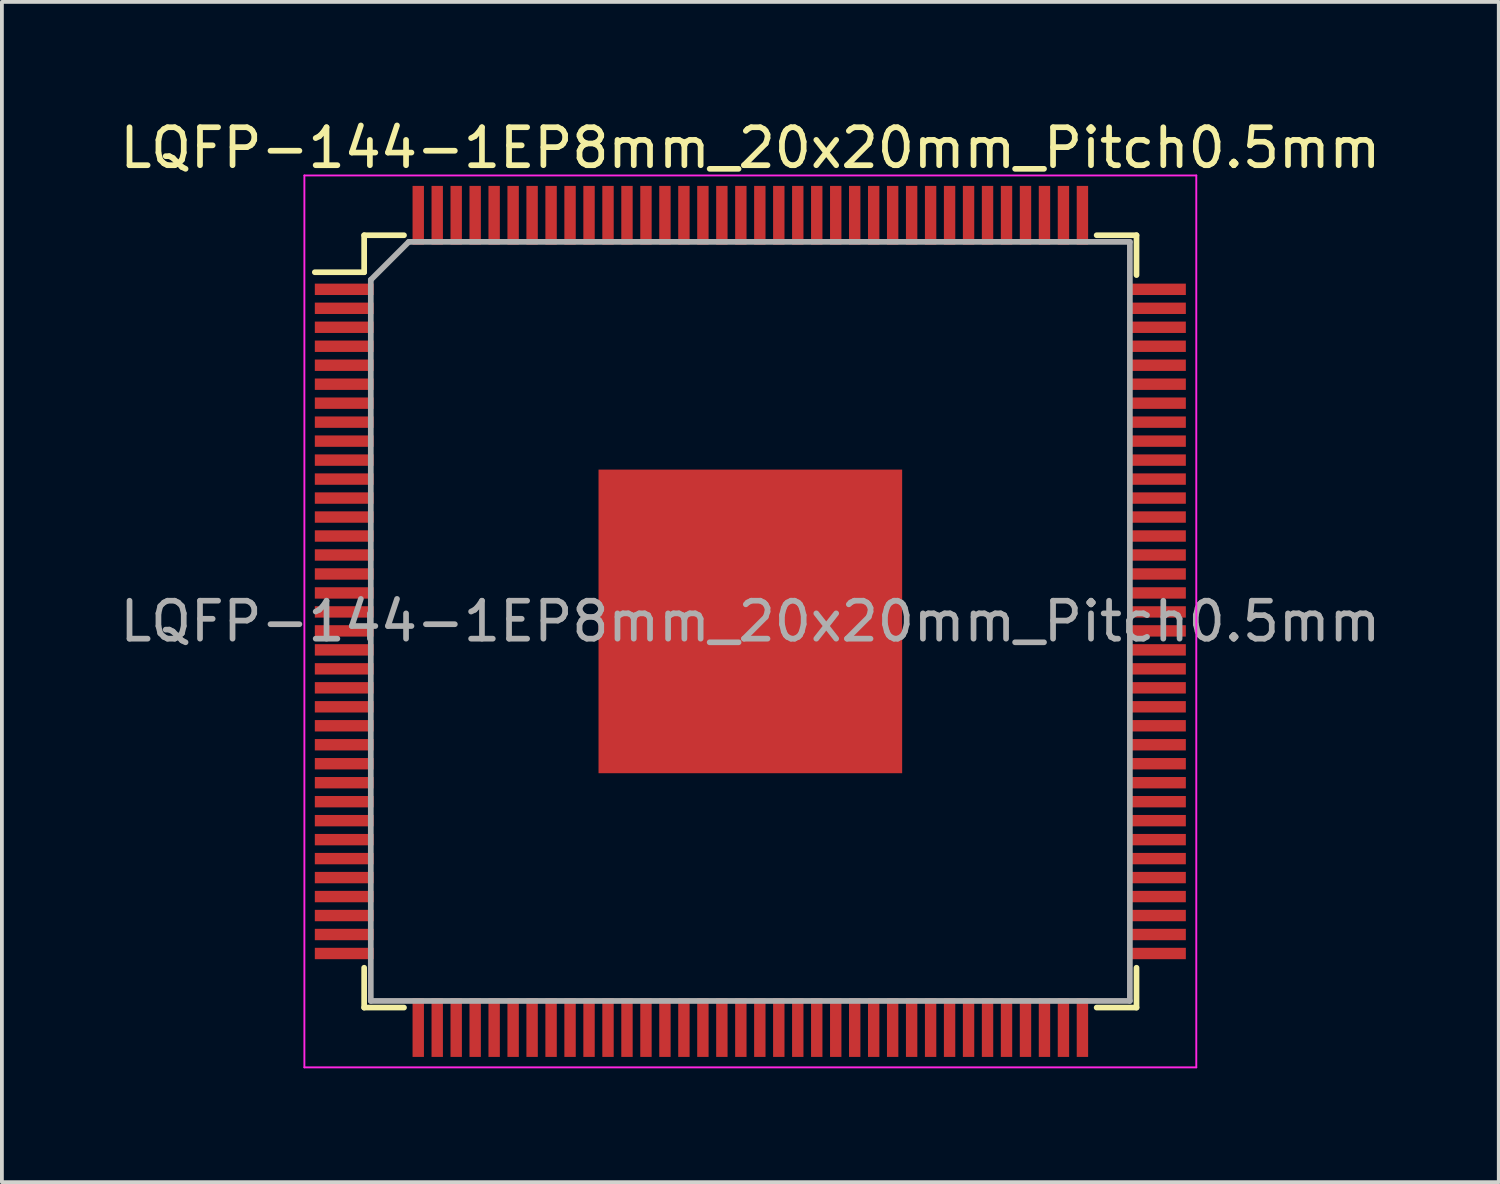
<source format=kicad_pcb>
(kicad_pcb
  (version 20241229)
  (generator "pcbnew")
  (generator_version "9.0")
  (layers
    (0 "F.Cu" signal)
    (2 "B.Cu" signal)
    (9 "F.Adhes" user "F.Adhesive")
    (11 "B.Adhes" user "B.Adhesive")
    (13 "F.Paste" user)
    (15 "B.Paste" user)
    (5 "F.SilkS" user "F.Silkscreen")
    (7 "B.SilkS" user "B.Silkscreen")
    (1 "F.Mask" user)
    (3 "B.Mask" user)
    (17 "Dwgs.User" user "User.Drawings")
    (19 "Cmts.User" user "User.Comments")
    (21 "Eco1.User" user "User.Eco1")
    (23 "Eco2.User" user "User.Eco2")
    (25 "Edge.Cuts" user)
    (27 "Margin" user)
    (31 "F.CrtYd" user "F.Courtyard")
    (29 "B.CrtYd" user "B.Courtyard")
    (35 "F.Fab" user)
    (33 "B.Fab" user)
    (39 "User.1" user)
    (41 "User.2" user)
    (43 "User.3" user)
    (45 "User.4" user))
  (footprint "LQFP-144-1EP8mm_20x20mm_Pitch0.5mm"
    (layer "F.Cu")
    (at 16.72 13.323)
    (property "Reference" "LQFP-144-1EP8mm_20x20mm_Pitch0.5mm" (at 0 -12.475 0) (layer "F.SilkS") (effects (font (size 1 1) (thickness 0.15))))
    (attr smd)
    (fp_line (start -10.175 -10.175) (end -10.175 -9.2) (stroke (width 0.15) (type solid)) (layer "F.SilkS"))
    (fp_line (start -10.175 -10.175) (end -9.125 -10.175) (stroke (width 0.15) (type solid)) (layer "F.SilkS"))
    (fp_line (start -10.175 -9.2) (end -11.475 -9.2) (stroke (width 0.15) (type solid)) (layer "F.SilkS"))
    (fp_line (start -10.175 10.175) (end -10.175 9.125) (stroke (width 0.15) (type solid)) (layer "F.SilkS"))
    (fp_line (start -10.175 10.175) (end -9.125 10.175) (stroke (width 0.15) (type solid)) (layer "F.SilkS"))
    (fp_line (start 10.175 -10.175) (end 9.125 -10.175) (stroke (width 0.15) (type solid)) (layer "F.SilkS"))
    (fp_line (start 10.175 -10.175) (end 10.175 -9.125) (stroke (width 0.15) (type solid)) (layer "F.SilkS"))
    (fp_line (start 10.175 10.175) (end 9.125 10.175) (stroke (width 0.15) (type solid)) (layer "F.SilkS"))
    (fp_line (start 10.175 10.175) (end 10.175 9.125) (stroke (width 0.15) (type solid)) (layer "F.SilkS"))
    (fp_line (start -11.75 -11.75) (end -11.75 11.75) (stroke (width 0.05) (type solid)) (layer "F.CrtYd"))
    (fp_line (start -11.75 -11.75) (end 11.75 -11.75) (stroke (width 0.05) (type solid)) (layer "F.CrtYd"))
    (fp_line (start -11.75 11.75) (end 11.75 11.75) (stroke (width 0.05) (type solid)) (layer "F.CrtYd"))
    (fp_line (start 11.75 -11.75) (end 11.75 11.75) (stroke (width 0.05) (type solid)) (layer "F.CrtYd"))
    (fp_line (start -10 -9) (end -9 -10) (stroke (width 0.15) (type solid)) (layer "F.Fab"))
    (fp_line (start -10 10) (end -10 -9) (stroke (width 0.15) (type solid)) (layer "F.Fab"))
    (fp_line (start -9 -10) (end 10 -10) (stroke (width 0.15) (type solid)) (layer "F.Fab"))
    (fp_line (start 10 -10) (end 10 10) (stroke (width 0.15) (type solid)) (layer "F.Fab"))
    (fp_line (start 10 10) (end -10 10) (stroke (width 0.15) (type solid)) (layer "F.Fab"))
    (fp_text user "${REFERENCE}" (at 0 0 0) (layer "F.Fab") (effects (font (size 1 1) (thickness 0.15))))
    (pad "1" smd rect (at -10.7 -8.75) (size 1.55 0.3) (layers "F.Cu" "F.Mask" "F.Paste"))
    (pad "2" smd rect (at -10.7 -8.25) (size 1.55 0.3) (layers "F.Cu" "F.Mask" "F.Paste"))
    (pad "3" smd rect (at -10.7 -7.75) (size 1.55 0.3) (layers "F.Cu" "F.Mask" "F.Paste"))
    (pad "4" smd rect (at -10.7 -7.25) (size 1.55 0.3) (layers "F.Cu" "F.Mask" "F.Paste"))
    (pad "5" smd rect (at -10.7 -6.75) (size 1.55 0.3) (layers "F.Cu" "F.Mask" "F.Paste"))
    (pad "6" smd rect (at -10.7 -6.25) (size 1.55 0.3) (layers "F.Cu" "F.Mask" "F.Paste"))
    (pad "7" smd rect (at -10.7 -5.75) (size 1.55 0.3) (layers "F.Cu" "F.Mask" "F.Paste"))
    (pad "8" smd rect (at -10.7 -5.25) (size 1.55 0.3) (layers "F.Cu" "F.Mask" "F.Paste"))
    (pad "9" smd rect (at -10.7 -4.75) (size 1.55 0.3) (layers "F.Cu" "F.Mask" "F.Paste"))
    (pad "10" smd rect (at -10.7 -4.25) (size 1.55 0.3) (layers "F.Cu" "F.Mask" "F.Paste"))
    (pad "11" smd rect (at -10.7 -3.75) (size 1.55 0.3) (layers "F.Cu" "F.Mask" "F.Paste"))
    (pad "12" smd rect (at -10.7 -3.25) (size 1.55 0.3) (layers "F.Cu" "F.Mask" "F.Paste"))
    (pad "13" smd rect (at -10.7 -2.75) (size 1.55 0.3) (layers "F.Cu" "F.Mask" "F.Paste"))
    (pad "14" smd rect (at -10.7 -2.25) (size 1.55 0.3) (layers "F.Cu" "F.Mask" "F.Paste"))
    (pad "15" smd rect (at -10.7 -1.75) (size 1.55 0.3) (layers "F.Cu" "F.Mask" "F.Paste"))
    (pad "16" smd rect (at -10.7 -1.25) (size 1.55 0.3) (layers "F.Cu" "F.Mask" "F.Paste"))
    (pad "17" smd rect (at -10.7 -0.75) (size 1.55 0.3) (layers "F.Cu" "F.Mask" "F.Paste"))
    (pad "18" smd rect (at -10.7 -0.25) (size 1.55 0.3) (layers "F.Cu" "F.Mask" "F.Paste"))
    (pad "19" smd rect (at -10.7 0.25) (size 1.55 0.3) (layers "F.Cu" "F.Mask" "F.Paste"))
    (pad "20" smd rect (at -10.7 0.75) (size 1.55 0.3) (layers "F.Cu" "F.Mask" "F.Paste"))
    (pad "21" smd rect (at -10.7 1.25) (size 1.55 0.3) (layers "F.Cu" "F.Mask" "F.Paste"))
    (pad "22" smd rect (at -10.7 1.75) (size 1.55 0.3) (layers "F.Cu" "F.Mask" "F.Paste"))
    (pad "23" smd rect (at -10.7 2.25) (size 1.55 0.3) (layers "F.Cu" "F.Mask" "F.Paste"))
    (pad "24" smd rect (at -10.7 2.75) (size 1.55 0.3) (layers "F.Cu" "F.Mask" "F.Paste"))
    (pad "25" smd rect (at -10.7 3.25) (size 1.55 0.3) (layers "F.Cu" "F.Mask" "F.Paste"))
    (pad "26" smd rect (at -10.7 3.75) (size 1.55 0.3) (layers "F.Cu" "F.Mask" "F.Paste"))
    (pad "27" smd rect (at -10.7 4.25) (size 1.55 0.3) (layers "F.Cu" "F.Mask" "F.Paste"))
    (pad "28" smd rect (at -10.7 4.75) (size 1.55 0.3) (layers "F.Cu" "F.Mask" "F.Paste"))
    (pad "29" smd rect (at -10.7 5.25) (size 1.55 0.3) (layers "F.Cu" "F.Mask" "F.Paste"))
    (pad "30" smd rect (at -10.7 5.75) (size 1.55 0.3) (layers "F.Cu" "F.Mask" "F.Paste"))
    (pad "31" smd rect (at -10.7 6.25) (size 1.55 0.3) (layers "F.Cu" "F.Mask" "F.Paste"))
    (pad "32" smd rect (at -10.7 6.75) (size 1.55 0.3) (layers "F.Cu" "F.Mask" "F.Paste"))
    (pad "33" smd rect (at -10.7 7.25) (size 1.55 0.3) (layers "F.Cu" "F.Mask" "F.Paste"))
    (pad "34" smd rect (at -10.7 7.75) (size 1.55 0.3) (layers "F.Cu" "F.Mask" "F.Paste"))
    (pad "35" smd rect (at -10.7 8.25) (size 1.55 0.3) (layers "F.Cu" "F.Mask" "F.Paste"))
    (pad "36" smd rect (at -10.7 8.75) (size 1.55 0.3) (layers "F.Cu" "F.Mask" "F.Paste"))
    (pad "37" smd rect (at -8.75 10.7 90) (size 1.55 0.3) (layers "F.Cu" "F.Mask" "F.Paste"))
    (pad "38" smd rect (at -8.25 10.7 90) (size 1.55 0.3) (layers "F.Cu" "F.Mask" "F.Paste"))
    (pad "39" smd rect (at -7.75 10.7 90) (size 1.55 0.3) (layers "F.Cu" "F.Mask" "F.Paste"))
    (pad "40" smd rect (at -7.25 10.7 90) (size 1.55 0.3) (layers "F.Cu" "F.Mask" "F.Paste"))
    (pad "41" smd rect (at -6.75 10.7 90) (size 1.55 0.3) (layers "F.Cu" "F.Mask" "F.Paste"))
    (pad "42" smd rect (at -6.25 10.7 90) (size 1.55 0.3) (layers "F.Cu" "F.Mask" "F.Paste"))
    (pad "43" smd rect (at -5.75 10.7 90) (size 1.55 0.3) (layers "F.Cu" "F.Mask" "F.Paste"))
    (pad "44" smd rect (at -5.25 10.7 90) (size 1.55 0.3) (layers "F.Cu" "F.Mask" "F.Paste"))
    (pad "45" smd rect (at -4.75 10.7 90) (size 1.55 0.3) (layers "F.Cu" "F.Mask" "F.Paste"))
    (pad "46" smd rect (at -4.25 10.7 90) (size 1.55 0.3) (layers "F.Cu" "F.Mask" "F.Paste"))
    (pad "47" smd rect (at -3.75 10.7 90) (size 1.55 0.3) (layers "F.Cu" "F.Mask" "F.Paste"))
    (pad "48" smd rect (at -3.25 10.7 90) (size 1.55 0.3) (layers "F.Cu" "F.Mask" "F.Paste"))
    (pad "49" smd rect (at -2.75 10.7 90) (size 1.55 0.3) (layers "F.Cu" "F.Mask" "F.Paste"))
    (pad "50" smd rect (at -2.25 10.7 90) (size 1.55 0.3) (layers "F.Cu" "F.Mask" "F.Paste"))
    (pad "51" smd rect (at -1.75 10.7 90) (size 1.55 0.3) (layers "F.Cu" "F.Mask" "F.Paste"))
    (pad "52" smd rect (at -1.25 10.7 90) (size 1.55 0.3) (layers "F.Cu" "F.Mask" "F.Paste"))
    (pad "53" smd rect (at -0.75 10.7 90) (size 1.55 0.3) (layers "F.Cu" "F.Mask" "F.Paste"))
    (pad "54" smd rect (at -0.25 10.7 90) (size 1.55 0.3) (layers "F.Cu" "F.Mask" "F.Paste"))
    (pad "55" smd rect (at 0.25 10.7 90) (size 1.55 0.3) (layers "F.Cu" "F.Mask" "F.Paste"))
    (pad "56" smd rect (at 0.75 10.7 90) (size 1.55 0.3) (layers "F.Cu" "F.Mask" "F.Paste"))
    (pad "57" smd rect (at 1.25 10.7 90) (size 1.55 0.3) (layers "F.Cu" "F.Mask" "F.Paste"))
    (pad "58" smd rect (at 1.75 10.7 90) (size 1.55 0.3) (layers "F.Cu" "F.Mask" "F.Paste"))
    (pad "59" smd rect (at 2.25 10.7 90) (size 1.55 0.3) (layers "F.Cu" "F.Mask" "F.Paste"))
    (pad "60" smd rect (at 2.75 10.7 90) (size 1.55 0.3) (layers "F.Cu" "F.Mask" "F.Paste"))
    (pad "61" smd rect (at 3.25 10.7 90) (size 1.55 0.3) (layers "F.Cu" "F.Mask" "F.Paste"))
    (pad "62" smd rect (at 3.75 10.7 90) (size 1.55 0.3) (layers "F.Cu" "F.Mask" "F.Paste"))
    (pad "63" smd rect (at 4.25 10.7 90) (size 1.55 0.3) (layers "F.Cu" "F.Mask" "F.Paste"))
    (pad "64" smd rect (at 4.75 10.7 90) (size 1.55 0.3) (layers "F.Cu" "F.Mask" "F.Paste"))
    (pad "65" smd rect (at 5.25 10.7 90) (size 1.55 0.3) (layers "F.Cu" "F.Mask" "F.Paste"))
    (pad "66" smd rect (at 5.75 10.7 90) (size 1.55 0.3) (layers "F.Cu" "F.Mask" "F.Paste"))
    (pad "67" smd rect (at 6.25 10.7 90) (size 1.55 0.3) (layers "F.Cu" "F.Mask" "F.Paste"))
    (pad "68" smd rect (at 6.75 10.7 90) (size 1.55 0.3) (layers "F.Cu" "F.Mask" "F.Paste"))
    (pad "69" smd rect (at 7.25 10.7 90) (size 1.55 0.3) (layers "F.Cu" "F.Mask" "F.Paste"))
    (pad "70" smd rect (at 7.75 10.7 90) (size 1.55 0.3) (layers "F.Cu" "F.Mask" "F.Paste"))
    (pad "71" smd rect (at 8.25 10.7 90) (size 1.55 0.3) (layers "F.Cu" "F.Mask" "F.Paste"))
    (pad "72" smd rect (at 8.75 10.7 90) (size 1.55 0.3) (layers "F.Cu" "F.Mask" "F.Paste"))
    (pad "73" smd rect (at 10.7 8.75) (size 1.55 0.3) (layers "F.Cu" "F.Mask" "F.Paste"))
    (pad "74" smd rect (at 10.7 8.25) (size 1.55 0.3) (layers "F.Cu" "F.Mask" "F.Paste"))
    (pad "75" smd rect (at 10.7 7.75) (size 1.55 0.3) (layers "F.Cu" "F.Mask" "F.Paste"))
    (pad "76" smd rect (at 10.7 7.25) (size 1.55 0.3) (layers "F.Cu" "F.Mask" "F.Paste"))
    (pad "77" smd rect (at 10.7 6.75) (size 1.55 0.3) (layers "F.Cu" "F.Mask" "F.Paste"))
    (pad "78" smd rect (at 10.7 6.25) (size 1.55 0.3) (layers "F.Cu" "F.Mask" "F.Paste"))
    (pad "79" smd rect (at 10.7 5.75) (size 1.55 0.3) (layers "F.Cu" "F.Mask" "F.Paste"))
    (pad "80" smd rect (at 10.7 5.25) (size 1.55 0.3) (layers "F.Cu" "F.Mask" "F.Paste"))
    (pad "81" smd rect (at 10.7 4.75) (size 1.55 0.3) (layers "F.Cu" "F.Mask" "F.Paste"))
    (pad "82" smd rect (at 10.7 4.25) (size 1.55 0.3) (layers "F.Cu" "F.Mask" "F.Paste"))
    (pad "83" smd rect (at 10.7 3.75) (size 1.55 0.3) (layers "F.Cu" "F.Mask" "F.Paste"))
    (pad "84" smd rect (at 10.7 3.25) (size 1.55 0.3) (layers "F.Cu" "F.Mask" "F.Paste"))
    (pad "85" smd rect (at 10.7 2.75) (size 1.55 0.3) (layers "F.Cu" "F.Mask" "F.Paste"))
    (pad "86" smd rect (at 10.7 2.25) (size 1.55 0.3) (layers "F.Cu" "F.Mask" "F.Paste"))
    (pad "87" smd rect (at 10.7 1.75) (size 1.55 0.3) (layers "F.Cu" "F.Mask" "F.Paste"))
    (pad "88" smd rect (at 10.7 1.25) (size 1.55 0.3) (layers "F.Cu" "F.Mask" "F.Paste"))
    (pad "89" smd rect (at 10.7 0.75) (size 1.55 0.3) (layers "F.Cu" "F.Mask" "F.Paste"))
    (pad "90" smd rect (at 10.7 0.25) (size 1.55 0.3) (layers "F.Cu" "F.Mask" "F.Paste"))
    (pad "91" smd rect (at 10.7 -0.25) (size 1.55 0.3) (layers "F.Cu" "F.Mask" "F.Paste"))
    (pad "92" smd rect (at 10.7 -0.75) (size 1.55 0.3) (layers "F.Cu" "F.Mask" "F.Paste"))
    (pad "93" smd rect (at 10.7 -1.25) (size 1.55 0.3) (layers "F.Cu" "F.Mask" "F.Paste"))
    (pad "94" smd rect (at 10.7 -1.75) (size 1.55 0.3) (layers "F.Cu" "F.Mask" "F.Paste"))
    (pad "95" smd rect (at 10.7 -2.25) (size 1.55 0.3) (layers "F.Cu" "F.Mask" "F.Paste"))
    (pad "96" smd rect (at 10.7 -2.75) (size 1.55 0.3) (layers "F.Cu" "F.Mask" "F.Paste"))
    (pad "97" smd rect (at 10.7 -3.25) (size 1.55 0.3) (layers "F.Cu" "F.Mask" "F.Paste"))
    (pad "98" smd rect (at 10.7 -3.75) (size 1.55 0.3) (layers "F.Cu" "F.Mask" "F.Paste"))
    (pad "99" smd rect (at 10.7 -4.25) (size 1.55 0.3) (layers "F.Cu" "F.Mask" "F.Paste"))
    (pad "100" smd rect (at 10.7 -4.75) (size 1.55 0.3) (layers "F.Cu" "F.Mask" "F.Paste"))
    (pad "101" smd rect (at 10.7 -5.25) (size 1.55 0.3) (layers "F.Cu" "F.Mask" "F.Paste"))
    (pad "102" smd rect (at 10.7 -5.75) (size 1.55 0.3) (layers "F.Cu" "F.Mask" "F.Paste"))
    (pad "103" smd rect (at 10.7 -6.25) (size 1.55 0.3) (layers "F.Cu" "F.Mask" "F.Paste"))
    (pad "104" smd rect (at 10.7 -6.75) (size 1.55 0.3) (layers "F.Cu" "F.Mask" "F.Paste"))
    (pad "105" smd rect (at 10.7 -7.25) (size 1.55 0.3) (layers "F.Cu" "F.Mask" "F.Paste"))
    (pad "106" smd rect (at 10.7 -7.75) (size 1.55 0.3) (layers "F.Cu" "F.Mask" "F.Paste"))
    (pad "107" smd rect (at 10.7 -8.25) (size 1.55 0.3) (layers "F.Cu" "F.Mask" "F.Paste"))
    (pad "108" smd rect (at 10.7 -8.75) (size 1.55 0.3) (layers "F.Cu" "F.Mask" "F.Paste"))
    (pad "109" smd rect (at 8.75 -10.7 90) (size 1.55 0.3) (layers "F.Cu" "F.Mask" "F.Paste"))
    (pad "110" smd rect (at 8.25 -10.7 90) (size 1.55 0.3) (layers "F.Cu" "F.Mask" "F.Paste"))
    (pad "111" smd rect (at 7.75 -10.7 90) (size 1.55 0.3) (layers "F.Cu" "F.Mask" "F.Paste"))
    (pad "112" smd rect (at 7.25 -10.7 90) (size 1.55 0.3) (layers "F.Cu" "F.Mask" "F.Paste"))
    (pad "113" smd rect (at 6.75 -10.7 90) (size 1.55 0.3) (layers "F.Cu" "F.Mask" "F.Paste"))
    (pad "114" smd rect (at 6.25 -10.7 90) (size 1.55 0.3) (layers "F.Cu" "F.Mask" "F.Paste"))
    (pad "115" smd rect (at 5.75 -10.7 90) (size 1.55 0.3) (layers "F.Cu" "F.Mask" "F.Paste"))
    (pad "116" smd rect (at 5.25 -10.7 90) (size 1.55 0.3) (layers "F.Cu" "F.Mask" "F.Paste"))
    (pad "117" smd rect (at 4.75 -10.7 90) (size 1.55 0.3) (layers "F.Cu" "F.Mask" "F.Paste"))
    (pad "118" smd rect (at 4.25 -10.7 90) (size 1.55 0.3) (layers "F.Cu" "F.Mask" "F.Paste"))
    (pad "119" smd rect (at 3.75 -10.7 90) (size 1.55 0.3) (layers "F.Cu" "F.Mask" "F.Paste"))
    (pad "120" smd rect (at 3.25 -10.7 90) (size 1.55 0.3) (layers "F.Cu" "F.Mask" "F.Paste"))
    (pad "121" smd rect (at 2.75 -10.7 90) (size 1.55 0.3) (layers "F.Cu" "F.Mask" "F.Paste"))
    (pad "122" smd rect (at 2.25 -10.7 90) (size 1.55 0.3) (layers "F.Cu" "F.Mask" "F.Paste"))
    (pad "123" smd rect (at 1.75 -10.7 90) (size 1.55 0.3) (layers "F.Cu" "F.Mask" "F.Paste"))
    (pad "124" smd rect (at 1.25 -10.7 90) (size 1.55 0.3) (layers "F.Cu" "F.Mask" "F.Paste"))
    (pad "125" smd rect (at 0.75 -10.7 90) (size 1.55 0.3) (layers "F.Cu" "F.Mask" "F.Paste"))
    (pad "126" smd rect (at 0.25 -10.7 90) (size 1.55 0.3) (layers "F.Cu" "F.Mask" "F.Paste"))
    (pad "127" smd rect (at -0.25 -10.7 90) (size 1.55 0.3) (layers "F.Cu" "F.Mask" "F.Paste"))
    (pad "128" smd rect (at -0.75 -10.7 90) (size 1.55 0.3) (layers "F.Cu" "F.Mask" "F.Paste"))
    (pad "129" smd rect (at -1.25 -10.7 90) (size 1.55 0.3) (layers "F.Cu" "F.Mask" "F.Paste"))
    (pad "130" smd rect (at -1.75 -10.7 90) (size 1.55 0.3) (layers "F.Cu" "F.Mask" "F.Paste"))
    (pad "131" smd rect (at -2.25 -10.7 90) (size 1.55 0.3) (layers "F.Cu" "F.Mask" "F.Paste"))
    (pad "132" smd rect (at -2.75 -10.7 90) (size 1.55 0.3) (layers "F.Cu" "F.Mask" "F.Paste"))
    (pad "133" smd rect (at -3.25 -10.7 90) (size 1.55 0.3) (layers "F.Cu" "F.Mask" "F.Paste"))
    (pad "134" smd rect (at -3.75 -10.7 90) (size 1.55 0.3) (layers "F.Cu" "F.Mask" "F.Paste"))
    (pad "135" smd rect (at -4.25 -10.7 90) (size 1.55 0.3) (layers "F.Cu" "F.Mask" "F.Paste"))
    (pad "136" smd rect (at -4.75 -10.7 90) (size 1.55 0.3) (layers "F.Cu" "F.Mask" "F.Paste"))
    (pad "137" smd rect (at -5.25 -10.7 90) (size 1.55 0.3) (layers "F.Cu" "F.Mask" "F.Paste"))
    (pad "138" smd rect (at -5.75 -10.7 90) (size 1.55 0.3) (layers "F.Cu" "F.Mask" "F.Paste"))
    (pad "139" smd rect (at -6.25 -10.7 90) (size 1.55 0.3) (layers "F.Cu" "F.Mask" "F.Paste"))
    (pad "140" smd rect (at -6.75 -10.7 90) (size 1.55 0.3) (layers "F.Cu" "F.Mask" "F.Paste"))
    (pad "141" smd rect (at -7.25 -10.7 90) (size 1.55 0.3) (layers "F.Cu" "F.Mask" "F.Paste"))
    (pad "142" smd rect (at -7.75 -10.7 90) (size 1.55 0.3) (layers "F.Cu" "F.Mask" "F.Paste"))
    (pad "143" smd rect (at -8.25 -10.7 90) (size 1.55 0.3) (layers "F.Cu" "F.Mask" "F.Paste"))
    (pad "144" smd rect (at -8.75 -10.7 90) (size 1.55 0.3) (layers "F.Cu" "F.Mask" "F.Paste"))
    (pad "145" smd rect (at 0 0) (size 8 8) (layers "F.Cu" "F.Mask" "F.Paste")))
  (gr_rect
    (start -3 -3)
    (end 36.44 28.098)
    (stroke (width 0.1) (type default))
    (fill no)
    (layer "Edge.Cuts")))
</source>
